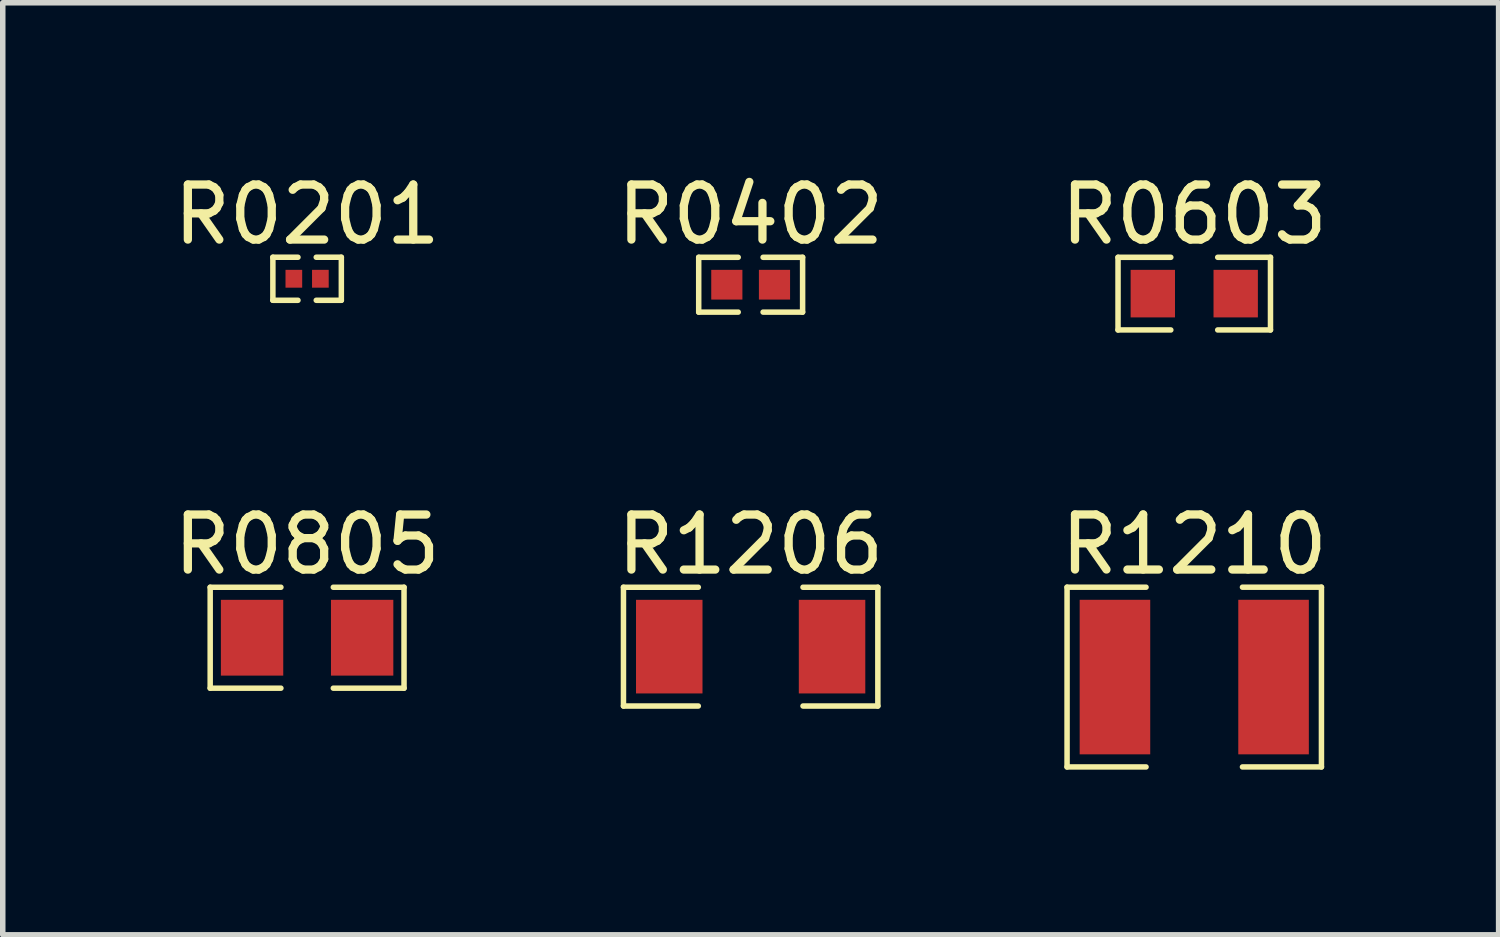
<source format=kicad_pcb>
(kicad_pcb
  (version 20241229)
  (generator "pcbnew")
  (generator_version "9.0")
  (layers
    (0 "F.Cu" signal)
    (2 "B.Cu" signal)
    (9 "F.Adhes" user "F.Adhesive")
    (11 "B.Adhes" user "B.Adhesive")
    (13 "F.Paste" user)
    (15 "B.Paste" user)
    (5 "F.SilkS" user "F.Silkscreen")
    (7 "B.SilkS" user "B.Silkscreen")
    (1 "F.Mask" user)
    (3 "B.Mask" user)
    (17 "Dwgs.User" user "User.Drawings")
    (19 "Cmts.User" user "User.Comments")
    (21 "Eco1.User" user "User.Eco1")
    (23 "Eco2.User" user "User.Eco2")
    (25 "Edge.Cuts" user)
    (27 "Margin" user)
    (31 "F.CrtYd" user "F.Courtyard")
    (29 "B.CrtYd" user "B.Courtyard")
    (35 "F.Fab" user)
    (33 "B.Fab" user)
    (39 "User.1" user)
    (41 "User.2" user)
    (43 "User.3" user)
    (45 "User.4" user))
  (footprint "R1206"
    (layer "F.Cu")
    (at 10.589 8.699)
    (property "Reference" "R1206" (at 0 -1.855 0) (layer "F.SilkS") (effects (font (size 1 1) (thickness 0.15))))
    (fp_line (start -2.311 -1.079) (end -0.951 -1.079) (stroke (width 0.1) (type default)) (layer "F.SilkS"))
    (fp_line (start -2.311 1.079) (end -2.311 -1.079) (stroke (width 0.1) (type default)) (layer "F.SilkS"))
    (fp_line (start -0.951 1.079) (end -2.311 1.079) (stroke (width 0.1) (type default)) (layer "F.SilkS"))
    (fp_line (start 0.951 1.079) (end 2.311 1.079) (stroke (width 0.1) (type default)) (layer "F.SilkS"))
    (fp_line (start 2.311 -1.079) (end 0.951 -1.079) (stroke (width 0.1) (type default)) (layer "F.SilkS"))
    (fp_line (start 2.311 1.079) (end 2.311 -1.079) (stroke (width 0.1) (type default)) (layer "F.SilkS"))
    (fp_poly (pts (xy -0.875 0.75) (xy -0.875 0.389) (xy -0.975 0.289) (xy -1.185 0.289) (xy -1.286 0.189) (xy -1.286 -0.189) (xy -1.185 -0.289) (xy -0.975 -0.289) (xy -0.875 -0.389) (xy -0.875 -0.75) (xy -0.975 -0.851) (xy -1.982 -0.851) (xy -2.083 -0.75) (xy -2.083 0.75) (xy -1.982 0.851) (xy -0.975 0.851)) (stroke (width 0) (type default)) (fill yes) (layer "F.Paste"))
    (fp_poly (pts (xy 0.875 0.75) (xy 0.875 0.389) (xy 0.975 0.289) (xy 1.185 0.289) (xy 1.286 0.189) (xy 1.286 -0.189) (xy 1.185 -0.289) (xy 0.975 -0.289) (xy 0.875 -0.389) (xy 0.875 -0.75) (xy 0.975 -0.851) (xy 1.982 -0.851) (xy 2.083 -0.75) (xy 2.083 0.75) (xy 1.982 0.851) (xy 0.975 0.851)) (stroke (width 0) (type default)) (fill yes) (layer "F.Paste"))
    (fp_poly (pts (xy -1.55 0.787) (xy -1.55 -0.787) (xy -1.1 -0.787) (xy -1.1 0.787)) (stroke (width 0.1) (type default)) (fill no) (layer "User.1"))
    (fp_poly (pts (xy 1.55 0.787) (xy 1.55 -0.787) (xy 1.1 -0.787) (xy 1.1 0.787)) (stroke (width 0.1) (type default)) (fill no) (layer "User.1"))
    (fp_line (start -1.55 -0.787) (end 1.55 -0.787) (stroke (width 0.051) (type default)) (layer "User.2"))
    (fp_line (start -1.55 0.787) (end -1.55 -0.787) (stroke (width 0.051) (type default)) (layer "User.2"))
    (fp_line (start 1.55 -0.787) (end 1.55 0.787) (stroke (width 0.051) (type default)) (layer "User.2"))
    (fp_line (start 1.55 0.787) (end -1.55 0.787) (stroke (width 0.051) (type default)) (layer "User.2"))
    (fp_poly (pts (xy -1.495 0.765) (xy -1.527 0.732) (xy -1.573 0.732) (xy -1.605 0.765) (xy -1.605 0.81) (xy -1.573 0.843) (xy -1.527 0.843) (xy -1.495 0.81)) (stroke (width 0.1) (type default)) (fill no) (layer "User.3"))
    (pad "1" smd rect (at -1.479 0) (size 1.208 1.701) (layers "F.Cu" "F.Mask" "F.Paste"))
    (pad "2" smd rect (at 1.479 0) (size 1.208 1.701) (layers "F.Cu" "F.Mask" "F.Paste")))
  (footprint "R0805"
    (layer "F.Cu")
    (at 2.53 8.537)
    (property "Reference" "R0805" (at 0 -1.693 0) (layer "F.SilkS") (effects (font (size 1 1) (thickness 0.15))))
    (fp_line (start -1.761 -0.917) (end -0.476 -0.917) (stroke (width 0.1) (type default)) (layer "F.SilkS"))
    (fp_line (start -1.761 0.917) (end -1.761 -0.917) (stroke (width 0.1) (type default)) (layer "F.SilkS"))
    (fp_line (start -0.476 0.917) (end -1.761 0.917) (stroke (width 0.1) (type default)) (layer "F.SilkS"))
    (fp_line (start 0.476 0.917) (end 1.761 0.917) (stroke (width 0.1) (type default)) (layer "F.SilkS"))
    (fp_line (start 1.761 -0.917) (end 0.476 -0.917) (stroke (width 0.1) (type default)) (layer "F.SilkS"))
    (fp_line (start 1.761 0.917) (end 1.761 -0.917) (stroke (width 0.1) (type default)) (layer "F.SilkS"))
    (fp_poly (pts (xy -1.7 0.64) (xy -1.7 -0.64) (xy -1.65 -0.69) (xy -0.5 -0.69) (xy -0.45 -0.64) (xy -0.445 -0.23) (xy -0.895 -0.23) (xy -0.895 0.22) (xy -0.455 0.22) (xy -0.45 0.64) (xy -0.5 0.69) (xy -1.65 0.69)) (stroke (width 0) (type default)) (fill yes) (layer "F.Paste"))
    (fp_poly (pts (xy 0.45 0.64) (xy 0.45 0.22) (xy 0.895 0.22) (xy 0.895 -0.23) (xy 0.455 -0.23) (xy 0.45 -0.64) (xy 0.5 -0.69) (xy 1.65 -0.69) (xy 1.7 -0.64) (xy 1.7 0.64) (xy 1.65 0.69) (xy 0.5 0.69)) (stroke (width 0) (type default)) (fill yes) (layer "F.Paste"))
    (fp_poly (pts (xy -1 0.637) (xy -1 -0.637) (xy -0.6 -0.637) (xy -0.6 0.637)) (stroke (width 0.1) (type default)) (fill no) (layer "User.1"))
    (fp_poly (pts (xy 1 0.637) (xy 1 -0.637) (xy 0.6 -0.637) (xy 0.6 0.637)) (stroke (width 0.1) (type default)) (fill no) (layer "User.1"))
    (fp_line (start -1 -0.637) (end 1 -0.637) (stroke (width 0.051) (type default)) (layer "User.2"))
    (fp_line (start -1 0.637) (end -1 -0.637) (stroke (width 0.051) (type default)) (layer "User.2"))
    (fp_line (start 1 -0.637) (end 1 0.637) (stroke (width 0.051) (type default)) (layer "User.2"))
    (fp_line (start 1 0.637) (end -1 0.637) (stroke (width 0.051) (type default)) (layer "User.2"))
    (fp_poly (pts (xy -0.945 0.615) (xy -0.977 0.582) (xy -1.023 0.582) (xy -1.055 0.615) (xy -1.055 0.66) (xy -1.023 0.693) (xy -0.977 0.693) (xy -0.945 0.66)) (stroke (width 0.1) (type default)) (fill no) (layer "User.3"))
    (pad "1" smd rect (at -1 0) (size 1.133 1.377) (layers "F.Cu" "F.Mask" "F.Paste"))
    (pad "2" smd rect (at 1 0) (size 1.133 1.377) (layers "F.Cu" "F.Mask" "F.Paste")))
  (footprint "R0402"
    (layer "F.Cu")
    (at 10.589 2.123)
    (property "Reference" "R0402" (at 0 -1.275 0) (layer "F.SilkS") (effects (font (size 1 1) (thickness 0.15))))
    (fp_line (start -0.944 -0.498) (end -0.226 -0.498) (stroke (width 0.1) (type default)) (layer "F.SilkS"))
    (fp_line (start -0.944 0.498) (end -0.944 -0.498) (stroke (width 0.1) (type default)) (layer "F.SilkS"))
    (fp_line (start -0.226 0.498) (end -0.944 0.498) (stroke (width 0.1) (type default)) (layer "F.SilkS"))
    (fp_line (start 0.226 0.498) (end 0.944 0.498) (stroke (width 0.1) (type default)) (layer "F.SilkS"))
    (fp_line (start 0.944 -0.498) (end 0.226 -0.498) (stroke (width 0.1) (type default)) (layer "F.SilkS"))
    (fp_line (start 0.944 0.498) (end 0.944 -0.498) (stroke (width 0.1) (type default)) (layer "F.SilkS"))
    (fp_poly (pts (xy -0.135 0.23) (xy -0.135 -0.23) (xy -0.175 -0.27) (xy -0.675 -0.27) (xy -0.716 -0.23) (xy -0.716 0.23) (xy -0.675 0.27) (xy -0.175 0.27)) (stroke (width 0) (type default)) (fill yes) (layer "F.Paste"))
    (fp_poly (pts (xy 0.135 0.23) (xy 0.135 -0.23) (xy 0.175 -0.27) (xy 0.675 -0.27) (xy 0.716 -0.23) (xy 0.716 0.23) (xy 0.675 0.27) (xy 0.175 0.27)) (stroke (width 0) (type default)) (fill yes) (layer "F.Paste"))
    (fp_poly (pts (xy -0.249 -0.25) (xy -0.249 0.25) (xy -0.499 0.25) (xy -0.499 -0.25)) (stroke (width 0.1) (type default)) (fill no) (layer "User.1"))
    (fp_poly (pts (xy 0.252 0.25) (xy 0.252 -0.25) (xy 0.501 -0.25) (xy 0.501 0.25)) (stroke (width 0.1) (type default)) (fill no) (layer "User.1"))
    (fp_line (start -0.5 -0.25) (end 0.5 -0.25) (stroke (width 0.051) (type default)) (layer "User.2"))
    (fp_line (start -0.5 0.25) (end -0.5 -0.25) (stroke (width 0.051) (type default)) (layer "User.2"))
    (fp_line (start 0.5 -0.25) (end 0.5 0.25) (stroke (width 0.051) (type default)) (layer "User.2"))
    (fp_line (start 0.5 0.25) (end -0.5 0.25) (stroke (width 0.051) (type default)) (layer "User.2"))
    (fp_poly (pts (xy -0.445 0.227) (xy -0.477 0.195) (xy -0.523 0.195) (xy -0.555 0.227) (xy -0.555 0.273) (xy -0.523 0.305) (xy -0.477 0.305) (xy -0.445 0.273)) (stroke (width 0.1) (type default)) (fill no) (layer "User.3"))
    (pad "1" smd rect (at -0.433 0) (size 0.566 0.54) (layers "F.Cu" "F.Mask" "F.Paste"))
    (pad "2" smd rect (at 0.433 0) (size 0.566 0.54) (layers "F.Cu" "F.Mask" "F.Paste")))
  (footprint "R0603"
    (layer "F.Cu")
    (at 18.649 2.285)
    (property "Reference" "R0603" (at 0 -1.437 0) (layer "F.SilkS") (effects (font (size 1 1) (thickness 0.15))))
    (fp_line (start -1.385 -0.66) (end -0.426 -0.66) (stroke (width 0.1) (type default)) (layer "F.SilkS"))
    (fp_line (start -1.385 0.66) (end -1.385 -0.66) (stroke (width 0.1) (type default)) (layer "F.SilkS"))
    (fp_line (start -0.426 0.66) (end -1.385 0.66) (stroke (width 0.1) (type default)) (layer "F.SilkS"))
    (fp_line (start 0.426 0.66) (end 1.385 0.66) (stroke (width 0.1) (type default)) (layer "F.SilkS"))
    (fp_line (start 1.385 -0.66) (end 0.426 -0.66) (stroke (width 0.1) (type default)) (layer "F.SilkS"))
    (fp_line (start 1.385 0.66) (end 1.385 -0.66) (stroke (width 0.1) (type default)) (layer "F.SilkS"))
    (fp_poly (pts (xy -1.195 0.45) (xy -0.395 0.45) (xy -0.345 0.4) (xy -0.345 0.172) (xy -0.715 0.172) (xy -0.715 -0.158) (xy -0.345 -0.158) (xy -0.345 -0.4) (xy -0.395 -0.45) (xy -1.195 -0.45) (xy -1.245 -0.4) (xy -1.245 0.4)) (stroke (width 0) (type default)) (fill yes) (layer "F.Paste"))
    (fp_poly (pts (xy 1.195 -0.45) (xy 0.395 -0.45) (xy 0.345 -0.4) (xy 0.345 -0.172) (xy 0.715 -0.172) (xy 0.715 0.158) (xy 0.345 0.158) (xy 0.345 0.4) (xy 0.395 0.45) (xy 1.195 0.45) (xy 1.245 0.4) (xy 1.245 -0.4)) (stroke (width 0) (type default)) (fill yes) (layer "F.Paste"))
    (fp_poly (pts (xy -0.8 0.4) (xy -0.8 -0.4) (xy -0.5 -0.4) (xy -0.5 0.4)) (stroke (width 0.1) (type default)) (fill no) (layer "User.1"))
    (fp_poly (pts (xy 0.8 0.4) (xy 0.8 -0.4) (xy 0.5 -0.4) (xy 0.5 0.4)) (stroke (width 0.1) (type default)) (fill no) (layer "User.1"))
    (fp_line (start -0.8 -0.4) (end 0.8 -0.4) (stroke (width 0.051) (type default)) (layer "User.2"))
    (fp_line (start -0.8 0.4) (end -0.8 -0.4) (stroke (width 0.051) (type default)) (layer "User.2"))
    (fp_line (start 0.8 -0.4) (end 0.8 0.4) (stroke (width 0.051) (type default)) (layer "User.2"))
    (fp_line (start 0.8 0.4) (end -0.8 0.4) (stroke (width 0.051) (type default)) (layer "User.2"))
    (fp_poly (pts (xy -0.745 0.377) (xy -0.777 0.345) (xy -0.823 0.345) (xy -0.855 0.377) (xy -0.855 0.423) (xy -0.823 0.455) (xy -0.777 0.455) (xy -0.745 0.423)) (stroke (width 0.1) (type default)) (fill no) (layer "User.3"))
    (pad "1" smd rect (at -0.753 0) (size 0.806 0.864) (layers "F.Cu" "F.Mask" "F.Paste"))
    (pad "2" smd rect (at 0.753 0) (size 0.806 0.864) (layers "F.Cu" "F.Mask" "F.Paste")))
  (footprint "R0201"
    (layer "F.Cu")
    (at 2.53 2.015)
    (property "Reference" "R0201" (at 0 -1.167 0) (layer "F.SilkS") (effects (font (size 1 1) (thickness 0.15))))
    (fp_line (start -0.622 -0.391) (end -0.166 -0.391) (stroke (width 0.1) (type default)) (layer "F.SilkS"))
    (fp_line (start -0.622 0.391) (end -0.622 -0.391) (stroke (width 0.1) (type default)) (layer "F.SilkS"))
    (fp_line (start -0.166 0.391) (end -0.622 0.391) (stroke (width 0.1) (type default)) (layer "F.SilkS"))
    (fp_line (start 0.166 0.391) (end 0.622 0.391) (stroke (width 0.1) (type default)) (layer "F.SilkS"))
    (fp_line (start 0.622 -0.391) (end 0.166 -0.391) (stroke (width 0.1) (type default)) (layer "F.SilkS"))
    (fp_line (start 0.622 0.391) (end 0.622 -0.391) (stroke (width 0.1) (type default)) (layer "F.SilkS"))
    (fp_poly (pts (xy -0.081 0.138) (xy -0.081 -0.138) (xy -0.105 -0.162) (xy -0.369 -0.162) (xy -0.393 -0.138) (xy -0.393 0.138) (xy -0.369 0.162) (xy -0.105 0.162)) (stroke (width 0) (type default)) (fill yes) (layer "F.Paste"))
    (fp_poly (pts (xy 0.081 0.138) (xy 0.081 -0.138) (xy 0.105 -0.162) (xy 0.369 -0.162) (xy 0.393 -0.138) (xy 0.393 0.138) (xy 0.369 0.162) (xy 0.105 0.162)) (stroke (width 0) (type default)) (fill yes) (layer "F.Paste"))
    (fp_poly (pts (xy -0.3 0.15) (xy -0.3 -0.15) (xy -0.15 -0.15) (xy -0.15 0.15)) (stroke (width 0.1) (type default)) (fill no) (layer "User.1"))
    (fp_poly (pts (xy 0.3 0.15) (xy 0.3 -0.15) (xy 0.15 -0.15) (xy 0.15 0.15)) (stroke (width 0.1) (type default)) (fill no) (layer "User.1"))
    (fp_line (start -0.3 -0.15) (end 0.3 -0.15) (stroke (width 0.051) (type default)) (layer "User.2"))
    (fp_line (start -0.3 0.15) (end -0.3 -0.15) (stroke (width 0.051) (type default)) (layer "User.2"))
    (fp_line (start 0.3 -0.15) (end 0.3 0.15) (stroke (width 0.051) (type default)) (layer "User.2"))
    (fp_line (start 0.3 0.15) (end -0.3 0.15) (stroke (width 0.051) (type default)) (layer "User.2"))
    (fp_poly (pts (xy -0.245 0.127) (xy -0.277 0.095) (xy -0.323 0.095) (xy -0.355 0.127) (xy -0.355 0.173) (xy -0.323 0.205) (xy -0.277 0.205) (xy -0.245 0.173)) (stroke (width 0.1) (type default)) (fill no) (layer "User.3"))
    (pad "1" smd rect (at -0.241 0) (size 0.303 0.324) (layers "F.Cu" "F.Mask" "F.Paste"))
    (pad "2" smd rect (at 0.241 0) (size 0.303 0.324) (layers "F.Cu" "F.Mask" "F.Paste")))
  (footprint "R1210"
    (layer "F.Cu")
    (at 18.649 9.252)
    (property "Reference" "R1210" (at 0 -2.409 0) (layer "F.SilkS") (effects (font (size 1 1) (thickness 0.15))))
    (fp_line (start -2.311 -1.633) (end -0.876 -1.633) (stroke (width 0.1) (type default)) (layer "F.SilkS"))
    (fp_line (start -2.311 1.633) (end -2.311 -1.633) (stroke (width 0.1) (type default)) (layer "F.SilkS"))
    (fp_line (start -0.876 1.633) (end -2.311 1.633) (stroke (width 0.1) (type default)) (layer "F.SilkS"))
    (fp_line (start 0.876 1.633) (end 2.311 1.633) (stroke (width 0.1) (type default)) (layer "F.SilkS"))
    (fp_line (start 2.311 -1.633) (end 0.876 -1.633) (stroke (width 0.1) (type default)) (layer "F.SilkS"))
    (fp_line (start 2.311 1.633) (end 2.311 -1.633) (stroke (width 0.1) (type default)) (layer "F.SilkS"))
    (fp_poly (pts (xy -0.8 1.304) (xy -0.8 0.578) (xy -0.9 0.477) (xy -1.136 0.477) (xy -1.236 0.378) (xy -1.236 -0.378) (xy -1.136 -0.477) (xy -0.9 -0.477) (xy -0.8 -0.578) (xy -0.8 -1.304) (xy -0.9 -1.404) (xy -1.982 -1.404) (xy -2.083 -1.304) (xy -2.083 1.304) (xy -1.982 1.404) (xy -0.9 1.404)) (stroke (width 0) (type default)) (fill yes) (layer "F.Paste"))
    (fp_poly (pts (xy 0.8 1.304) (xy 0.8 0.578) (xy 0.9 0.477) (xy 1.136 0.477) (xy 1.236 0.378) (xy 1.236 -0.378) (xy 1.136 -0.477) (xy 0.9 -0.477) (xy 0.8 -0.578) (xy 0.8 -1.304) (xy 0.9 -1.404) (xy 1.982 -1.404) (xy 2.083 -1.304) (xy 2.083 1.304) (xy 1.982 1.404) (xy 0.9 1.404)) (stroke (width 0) (type default)) (fill yes) (layer "F.Paste"))
    (fp_poly (pts (xy -1.55 1.3) (xy -1.55 -1.3) (xy -1.05 -1.3) (xy -1.05 1.3)) (stroke (width 0.1) (type default)) (fill no) (layer "User.1"))
    (fp_poly (pts (xy 1.55 1.3) (xy 1.55 -1.3) (xy 1.05 -1.3) (xy 1.05 1.3)) (stroke (width 0.1) (type default)) (fill no) (layer "User.1"))
    (fp_line (start -1.55 -1.3) (end 1.55 -1.3) (stroke (width 0.051) (type default)) (layer "User.2"))
    (fp_line (start -1.55 1.3) (end -1.55 -1.3) (stroke (width 0.051) (type default)) (layer "User.2"))
    (fp_line (start 1.55 -1.3) (end 1.55 1.3) (stroke (width 0.051) (type default)) (layer "User.2"))
    (fp_line (start 1.55 1.3) (end -1.55 1.3) (stroke (width 0.051) (type default)) (layer "User.2"))
    (fp_poly (pts (xy -1.495 1.277) (xy -1.527 1.245) (xy -1.573 1.245) (xy -1.605 1.277) (xy -1.605 1.323) (xy -1.573 1.355) (xy -1.527 1.355) (xy -1.495 1.323)) (stroke (width 0.1) (type default)) (fill no) (layer "User.3"))
    (pad "1" smd rect (at -1.441 0) (size 1.282 2.808) (layers "F.Cu" "F.Mask" "F.Paste"))
    (pad "2" smd rect (at 1.441 0) (size 1.282 2.808) (layers "F.Cu" "F.Mask" "F.Paste")))
  (gr_rect
    (start -3 -3)
    (end 24.179 13.935)
    (stroke (width 0.1) (type default))
    (fill no)
    (layer "Edge.Cuts")))
</source>
